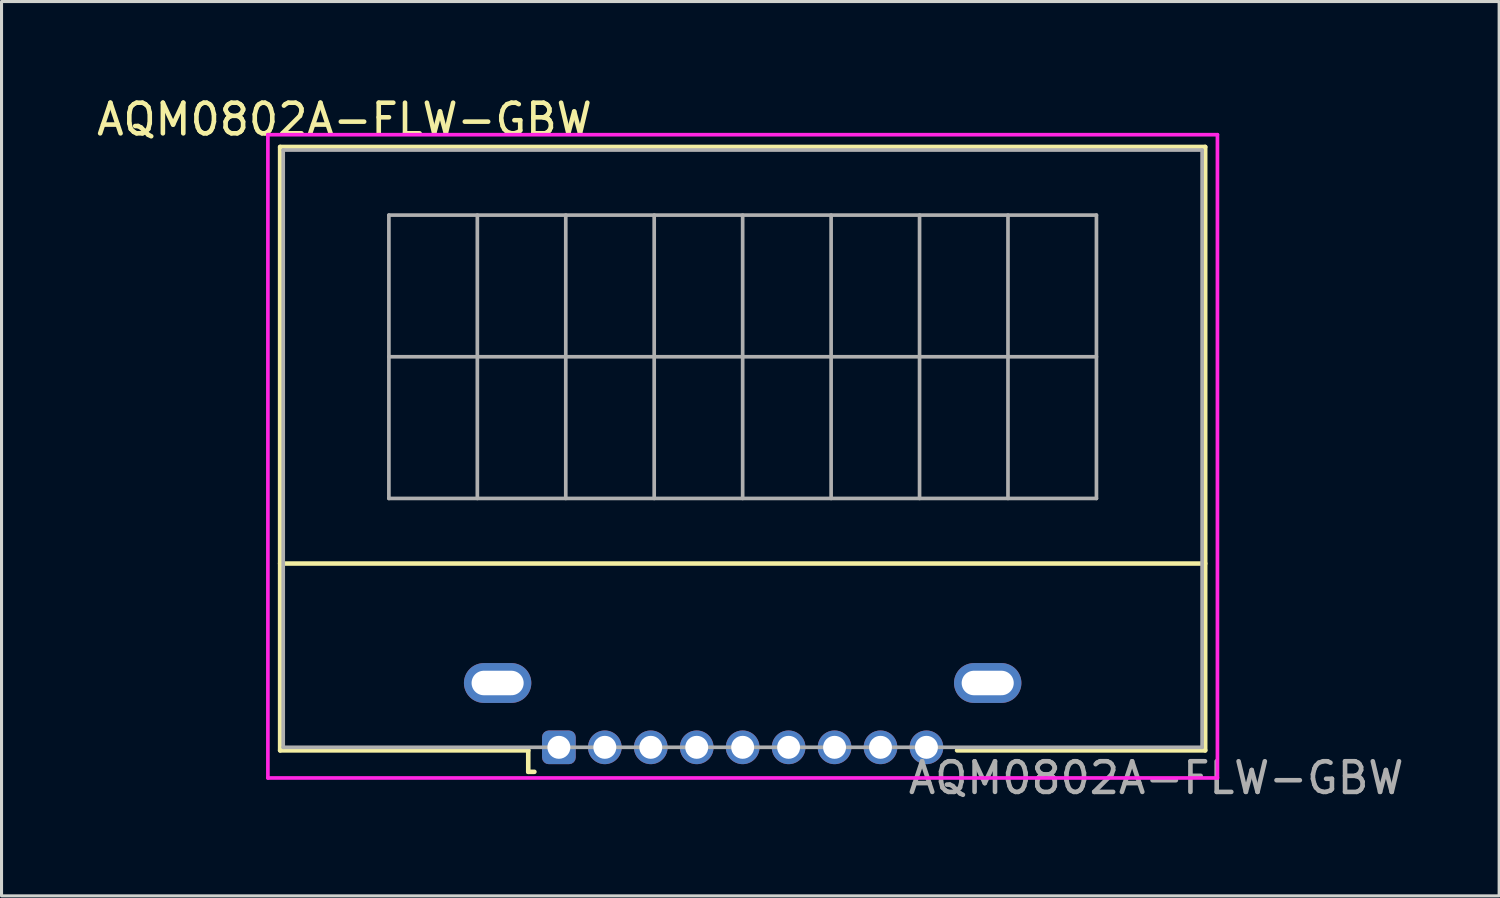
<source format=kicad_pcb>
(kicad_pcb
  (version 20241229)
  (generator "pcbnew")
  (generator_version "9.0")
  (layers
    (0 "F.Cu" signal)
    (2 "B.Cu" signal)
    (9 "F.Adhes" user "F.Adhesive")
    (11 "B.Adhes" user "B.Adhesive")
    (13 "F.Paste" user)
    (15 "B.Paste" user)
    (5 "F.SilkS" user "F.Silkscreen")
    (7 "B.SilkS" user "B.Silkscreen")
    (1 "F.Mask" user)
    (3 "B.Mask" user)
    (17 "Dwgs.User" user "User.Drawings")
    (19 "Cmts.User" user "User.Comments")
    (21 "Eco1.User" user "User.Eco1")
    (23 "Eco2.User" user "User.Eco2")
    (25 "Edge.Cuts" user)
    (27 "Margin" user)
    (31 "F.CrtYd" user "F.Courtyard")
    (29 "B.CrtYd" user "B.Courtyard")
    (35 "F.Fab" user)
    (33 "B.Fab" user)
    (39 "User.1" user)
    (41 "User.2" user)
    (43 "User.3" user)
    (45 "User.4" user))
  (footprint "AQM0802A-FLW-GBW"
    (layer "F.Cu")
    (at 21.196 21.348)
    (property "Reference" "AQM0802A-FLW-GBW" (at -13 -20.5 0) (layer "F.SilkS") (effects (font (size 1 1) (thickness 0.15))))
    (attr through_hole)
    (fp_line (start -15.1 -19.6) (end -15.1 0.1) (stroke (width 0.15) (type solid)) (layer "F.SilkS"))
    (fp_line (start -15.1 -19.6) (end 15.1 -19.6) (stroke (width 0.15) (type solid)) (layer "F.SilkS"))
    (fp_line (start -15.1 -6) (end 15.1 -6) (stroke (width 0.15) (type solid)) (layer "F.SilkS"))
    (fp_line (start -15.1 0.1) (end -7 0.1) (stroke (width 0.15) (type solid)) (layer "F.SilkS"))
    (fp_line (start -7 0.1) (end -7 0.8) (stroke (width 0.15) (type solid)) (layer "F.SilkS"))
    (fp_line (start -7 0.8) (end -6.8 0.8) (stroke (width 0.15) (type solid)) (layer "F.SilkS"))
    (fp_line (start 7 0.1) (end 15.1 0.1) (stroke (width 0.15) (type solid)) (layer "F.SilkS"))
    (fp_line (start 15.1 -19.6) (end 15.1 0.1) (stroke (width 0.15) (type solid)) (layer "F.SilkS"))
    (fp_line (start -15.5 -20) (end -15.5 1) (stroke (width 0.12) (type solid)) (layer "F.CrtYd"))
    (fp_line (start -15.5 -20) (end 15.5 -20) (stroke (width 0.12) (type solid)) (layer "F.CrtYd"))
    (fp_line (start -15.5 1) (end 15.5 1) (stroke (width 0.12) (type solid)) (layer "F.CrtYd"))
    (fp_line (start 15.5 -20) (end 15.5 1) (stroke (width 0.12) (type solid)) (layer "F.CrtYd"))
    (fp_line (start -15 -19.5) (end -15 0) (stroke (width 0.12) (type solid)) (layer "F.Fab"))
    (fp_line (start -15 -19.5) (end 15 -19.5) (stroke (width 0.12) (type solid)) (layer "F.Fab"))
    (fp_line (start -15 0) (end 15 0) (stroke (width 0.12) (type solid)) (layer "F.Fab"))
    (fp_line (start -11.55 -17.375) (end -11.55 -8.125) (stroke (width 0.12) (type solid)) (layer "F.Fab"))
    (fp_line (start -11.55 -12.75) (end 11.55 -12.75) (stroke (width 0.12) (type solid)) (layer "F.Fab"))
    (fp_line (start -11.55 -8.125) (end 11.55 -8.125) (stroke (width 0.12) (type solid)) (layer "F.Fab"))
    (fp_line (start -8.662 -17.375) (end -8.662 -8.125) (stroke (width 0.12) (type solid)) (layer "F.Fab"))
    (fp_line (start -5.775 -17.375) (end -5.775 -8.125) (stroke (width 0.12) (type solid)) (layer "F.Fab"))
    (fp_line (start -2.888 -17.375) (end -2.888 -8.125) (stroke (width 0.12) (type solid)) (layer "F.Fab"))
    (fp_line (start 0 -17.375) (end 0 -8.125) (stroke (width 0.12) (type solid)) (layer "F.Fab"))
    (fp_line (start 2.888 -17.375) (end 2.888 -8.125) (stroke (width 0.12) (type solid)) (layer "F.Fab"))
    (fp_line (start 5.775 -17.375) (end 5.775 -8.125) (stroke (width 0.12) (type solid)) (layer "F.Fab"))
    (fp_line (start 8.662 -17.375) (end 8.662 -8.125) (stroke (width 0.12) (type solid)) (layer "F.Fab"))
    (fp_line (start 11.55 -17.375) (end -11.55 -17.375) (stroke (width 0.12) (type solid)) (layer "F.Fab"))
    (fp_line (start 11.55 -17.375) (end 11.55 -8.125) (stroke (width 0.12) (type solid)) (layer "F.Fab"))
    (fp_line (start 15 -19.5) (end 15 0) (stroke (width 0.12) (type solid)) (layer "F.Fab"))
    (fp_text user "${REFERENCE}" (at 13.5 1 0) (layer "F.Fab") (effects (font (size 1 1) (thickness 0.15))))
    (pad "1" thru_hole roundrect (at -6 0) (size 1.1 1.1) (drill 0.75) (layers "*.Cu" "*.Mask") (roundrect_rratio 0.2))
    (pad "2" thru_hole circle (at -4.5 0) (size 1.1 1.1) (drill 0.75) (layers "*.Cu" "*.Mask"))
    (pad "3" thru_hole circle (at -3 0) (size 1.1 1.1) (drill 0.75) (layers "*.Cu" "*.Mask"))
    (pad "4" thru_hole circle (at -1.5 0) (size 1.1 1.1) (drill 0.75) (layers "*.Cu" "*.Mask"))
    (pad "5" thru_hole circle (at 0 0) (size 1.1 1.1) (drill 0.75) (layers "*.Cu" "*.Mask"))
    (pad "6" thru_hole circle (at 1.5 0) (size 1.1 1.1) (drill 0.75) (layers "*.Cu" "*.Mask"))
    (pad "7" thru_hole circle (at 3 0) (size 1.1 1.1) (drill 0.75) (layers "*.Cu" "*.Mask"))
    (pad "8" thru_hole circle (at 4.5 0) (size 1.1 1.1) (drill 0.75) (layers "*.Cu" "*.Mask"))
    (pad "9" thru_hole circle (at 6 0) (size 1.1 1.1) (drill 0.75) (layers "*.Cu" "*.Mask"))
    (pad "A" thru_hole oval (at -8 -2.1) (size 2.2 1.3) (drill oval 1.7 0.8) (layers "*.Cu" "*.Mask"))
    (pad "K" thru_hole oval (at 8 -2.1) (size 2.2 1.3) (drill oval 1.7 0.8) (layers "*.Cu" "*.Mask")))
  (gr_rect
    (start -3 -3)
    (end 45.893 26.197)
    (stroke (width 0.1) (type default))
    (fill no)
    (layer "Edge.Cuts")))
</source>
